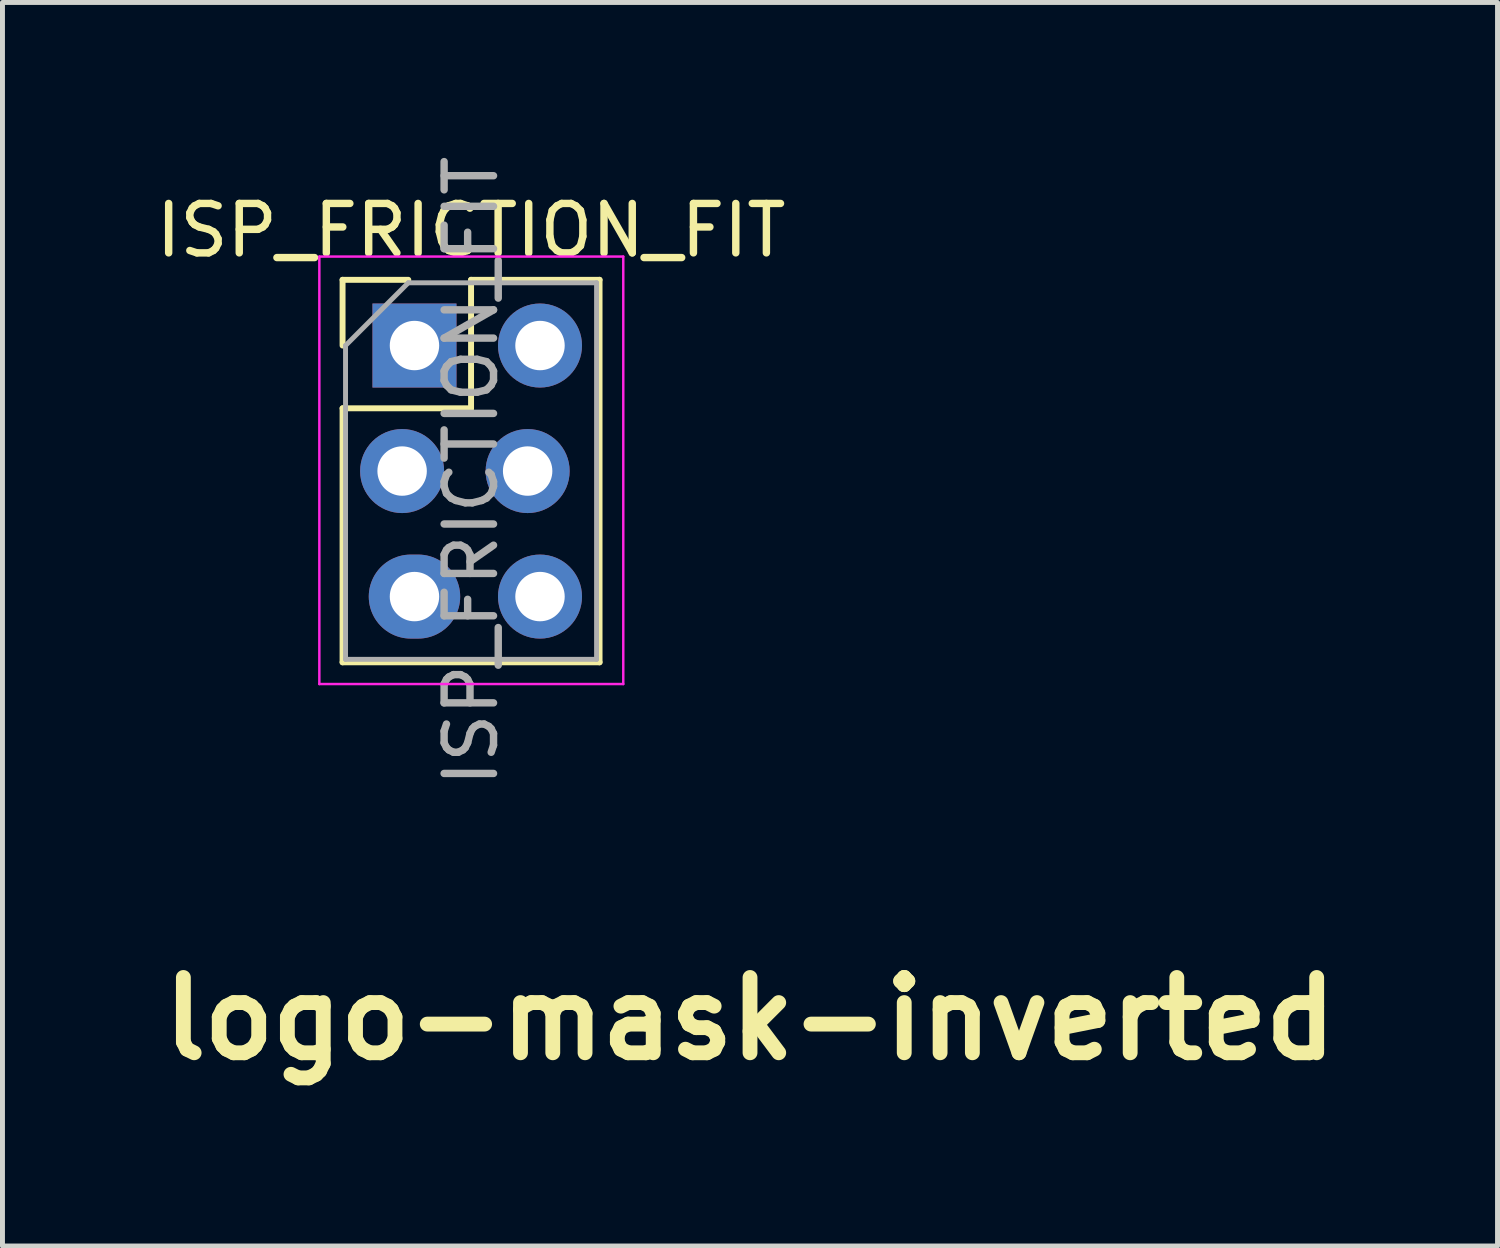
<source format=kicad_pcb>
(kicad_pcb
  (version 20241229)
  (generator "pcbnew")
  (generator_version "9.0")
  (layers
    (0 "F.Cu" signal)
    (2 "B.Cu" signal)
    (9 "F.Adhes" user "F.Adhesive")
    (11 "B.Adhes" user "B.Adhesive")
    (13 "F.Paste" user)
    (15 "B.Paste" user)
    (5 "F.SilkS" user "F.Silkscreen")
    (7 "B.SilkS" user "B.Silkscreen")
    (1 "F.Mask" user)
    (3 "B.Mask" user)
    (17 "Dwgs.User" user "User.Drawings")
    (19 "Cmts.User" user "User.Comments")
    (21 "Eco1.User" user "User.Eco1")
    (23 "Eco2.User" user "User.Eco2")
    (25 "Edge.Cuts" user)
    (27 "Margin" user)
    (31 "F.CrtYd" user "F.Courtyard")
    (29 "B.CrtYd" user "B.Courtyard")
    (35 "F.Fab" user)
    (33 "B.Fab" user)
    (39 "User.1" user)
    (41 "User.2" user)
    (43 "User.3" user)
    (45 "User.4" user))
  (footprint "ISP_FRICTION_FIT"
    (layer "F.Cu")
    (at 5.212 3.942)
    (property "Reference" "ISP_FRICTION_FIT" (at 1.27 -2.33 0) (layer "F.SilkS") (effects (font (size 1 1) (thickness 0.15))))
    (attr through_hole)
    (fp_line (start -1.33 -1.33) (end 0 -1.33) (stroke (width 0.12) (type solid)) (layer "F.SilkS"))
    (fp_line (start -1.33 0) (end -1.33 -1.33) (stroke (width 0.12) (type solid)) (layer "F.SilkS"))
    (fp_line (start -1.33 1.27) (end -1.33 6.41) (stroke (width 0.12) (type solid)) (layer "F.SilkS"))
    (fp_line (start -1.33 1.27) (end 1.27 1.27) (stroke (width 0.12) (type solid)) (layer "F.SilkS"))
    (fp_line (start -1.33 6.41) (end 3.87 6.41) (stroke (width 0.12) (type solid)) (layer "F.SilkS"))
    (fp_line (start 1.27 -1.33) (end 3.87 -1.33) (stroke (width 0.12) (type solid)) (layer "F.SilkS"))
    (fp_line (start 1.27 1.27) (end 1.27 -1.33) (stroke (width 0.12) (type solid)) (layer "F.SilkS"))
    (fp_line (start 3.87 -1.33) (end 3.87 6.41) (stroke (width 0.12) (type solid)) (layer "F.SilkS"))
    (fp_line (start -1.8 -1.8) (end -1.8 6.85) (stroke (width 0.05) (type solid)) (layer "F.CrtYd"))
    (fp_line (start -1.8 6.85) (end 4.35 6.85) (stroke (width 0.05) (type solid)) (layer "F.CrtYd"))
    (fp_line (start 4.35 -1.8) (end -1.8 -1.8) (stroke (width 0.05) (type solid)) (layer "F.CrtYd"))
    (fp_line (start 4.35 6.85) (end 4.35 -1.8) (stroke (width 0.05) (type solid)) (layer "F.CrtYd"))
    (fp_line (start -1.27 0) (end 0 -1.27) (stroke (width 0.1) (type solid)) (layer "F.Fab"))
    (fp_line (start -1.27 6.35) (end -1.27 0) (stroke (width 0.1) (type solid)) (layer "F.Fab"))
    (fp_line (start 0 -1.27) (end 3.81 -1.27) (stroke (width 0.1) (type solid)) (layer "F.Fab"))
    (fp_line (start 3.81 -1.27) (end 3.81 6.35) (stroke (width 0.1) (type solid)) (layer "F.Fab"))
    (fp_line (start 3.81 6.35) (end -1.27 6.35) (stroke (width 0.1) (type solid)) (layer "F.Fab"))
    (fp_text user "${REFERENCE}" (at 1.27 2.54 90) (layer "F.Fab") (effects (font (size 1 1) (thickness 0.15))))
    (pad "1" thru_hole rect (at 0.125 0) (size 1.7 1.7) (drill 1) (layers "*.Cu" "*.Mask"))
    (pad "2" thru_hole oval (at 2.665 0) (size 1.7 1.7) (drill 1) (layers "*.Cu" "*.Mask"))
    (pad "3" thru_hole oval (at -0.125 2.54) (size 1.7 1.7) (drill 1) (layers "*.Cu" "*.Mask"))
    (pad "4" thru_hole oval (at 2.415 2.54) (size 1.7 1.7) (drill 1) (layers "*.Cu" "*.Mask"))
    (pad "5" thru_hole oval (at 0.125 5.08) (size 1.85 1.7) (drill 1) (layers "*.Cu" "*.Mask"))
    (pad "6" thru_hole oval (at 2.665 5.08) (size 1.7 1.7) (drill 1) (layers "*.Cu" "*.Mask")))
  (footprint "logo-mask-inverted"
    (layer "F.Cu")
    (at 12.127 17.564)
    (property "Reference" "logo-mask-inverted" (at 0 0 0) (layer "F.SilkS") (effects (font (size 1.524 1.524) (thickness 0.3))))
    (attr board_only exclude_from_pos_files exclude_from_bom)
    (fp_poly (pts (xy -1.525 0.083) (xy -1.518 0.09) (xy -1.51 0.098) (xy -1.439 0.098) (xy -1.417 0.098) (xy -1.399 0.098) (xy -1.385 0.098) (xy -1.375 0.099) (xy -1.369 0.099) (xy -1.365 0.1) (xy -1.364 0.101) (xy -1.362 0.103) (xy -1.361 0.108) (xy -1.359 0.115) (xy -1.358 0.126) (xy -1.356 0.14) (xy -1.351 0.184) (xy -1.345 0.225) (xy -1.337 0.267) (xy -1.328 0.31) (xy -1.321 0.338) (xy -1.3 0.413) (xy -1.274 0.487) (xy -1.243 0.56) (xy -1.208 0.631) (xy -1.169 0.701) (xy -1.127 0.768) (xy -1.08 0.832) (xy -1.031 0.893) (xy -0.978 0.95) (xy -0.922 1.004) (xy -0.92 1.006) (xy -0.855 1.061) (xy -0.788 1.112) (xy -0.72 1.158) (xy -0.649 1.2) (xy -0.576 1.237) (xy -0.501 1.269) (xy -0.425 1.297) (xy -0.347 1.32) (xy -0.267 1.338) (xy -0.215 1.347) (xy -0.205 1.349) (xy -0.192 1.351) (xy -0.177 1.352) (xy -0.162 1.354) (xy -0.147 1.356) (xy -0.132 1.358) (xy -0.121 1.359) (xy -0.112 1.36) (xy -0.107 1.36) (xy -0.104 1.362) (xy -0.101 1.364) (xy -0.1 1.366) (xy -0.099 1.369) (xy -0.099 1.373) (xy -0.098 1.38) (xy -0.098 1.39) (xy -0.098 1.404) (xy -0.098 1.421) (xy -0.098 1.439) (xy -0.098 1.51) (xy -0.09 1.518) (xy -0.083 1.525) (xy 0.083 1.525) (xy 0.098 1.51) (xy 0.098 1.439) (xy 0.098 1.418) (xy 0.098 1.401) (xy 0.098 1.388) (xy 0.098 1.378) (xy 0.099 1.372) (xy 0.1 1.367) (xy 0.101 1.365) (xy 0.101 1.364) (xy 0.106 1.362) (xy 0.114 1.36) (xy 0.123 1.359) (xy 0.205 1.349) (xy 0.286 1.334) (xy 0.365 1.315) (xy 0.443 1.291) (xy 0.519 1.262) (xy 0.593 1.229) (xy 0.665 1.192) (xy 0.735 1.15) (xy 0.802 1.104) (xy 0.867 1.053) (xy 0.881 1.041) (xy 0.909 1.017) (xy 0.934 0.995) (xy 0.956 0.973) (xy 0.978 0.951) (xy 1 0.928) (xy 1.022 0.903) (xy 1.041 0.881) (xy 1.085 0.827) (xy 1.127 0.769) (xy 1.166 0.709) (xy 1.202 0.648) (xy 1.221 0.61) (xy 1.25 0.549) (xy 1.275 0.486) (xy 1.298 0.421) (xy 1.317 0.355) (xy 1.334 0.289) (xy 1.347 0.223) (xy 1.356 0.159) (xy 1.359 0.127) (xy 1.36 0.114) (xy 1.362 0.105) (xy 1.364 0.101) (xy 1.366 0.1) (xy 1.37 0.099) (xy 1.375 0.099) (xy 1.383 0.098) (xy 1.395 0.098) (xy 1.41 0.098) (xy 1.43 0.098) (xy 1.439 0.098) (xy 1.51 0.098) (xy 1.525 0.083) (xy 1.525 -0.083) (xy 1.518 -0.09) (xy 1.51 -0.098) (xy 1.439 -0.098) (xy 1.418 -0.098) (xy 1.401 -0.098) (xy 1.388 -0.098) (xy 1.378 -0.098) (xy 1.371 -0.099) (xy 1.367 -0.1) (xy 1.365 -0.101) (xy 1.364 -0.101) (xy 1.362 -0.106) (xy 1.36 -0.114) (xy 1.359 -0.127) (xy 1.352 -0.186) (xy 1.342 -0.249) (xy 1.329 -0.312) (xy 1.312 -0.376) (xy 1.293 -0.439) (xy 1.271 -0.5) (xy 1.269 -0.505) (xy 1.262 -0.522) (xy 1.253 -0.542) (xy 1.242 -0.565) (xy 1.231 -0.589) (xy 1.219 -0.613) (xy 1.207 -0.636) (xy 1.196 -0.658) (xy 1.185 -0.677) (xy 1.177 -0.691) (xy 1.132 -0.763) (xy 1.083 -0.831) (xy 1.03 -0.895) (xy 0.974 -0.955) (xy 0.915 -1.012) (xy 0.852 -1.066) (xy 0.786 -1.116) (xy 0.758 -1.135) (xy 0.691 -1.177) (xy 0.621 -1.215) (xy 0.549 -1.25) (xy 0.475 -1.28) (xy 0.399 -1.305) (xy 0.323 -1.326) (xy 0.245 -1.343) (xy 0.168 -1.355) (xy 0.125 -1.359) (xy 0.114 -1.36) (xy 0.105 -1.362) (xy 0.101 -1.364) (xy 0.1 -1.366) (xy 0.099 -1.37) (xy 0.099 -1.375) (xy 0.098 -1.384) (xy 0.098 -1.395) (xy 0.098 -1.411) (xy 0.098 -1.431) (xy 0.098 -1.439) (xy 0.098 -1.51) (xy 0.083 -1.525) (xy 0 -1.525) (xy -0.083 -1.525) (xy -0.09 -1.518) (xy -0.098 -1.51) (xy -0.098 -1.439) (xy -0.098 -1.418) (xy -0.098 -1.401) (xy -0.098 -1.388) (xy -0.098 -1.378) (xy -0.099 -1.372) (xy -0.1 -1.367) (xy -0.101 -1.365) (xy -0.101 -1.364) (xy -0.106 -1.362) (xy -0.114 -1.36) (xy -0.123 -1.359) (xy -0.204 -1.349) (xy -0.285 -1.334) (xy -0.365 -1.315) (xy -0.443 -1.291) (xy -0.502 -1.269) (xy -0.521 -1.261) (xy -0.543 -1.251) (xy -0.567 -1.24) (xy -0.593 -1.228) (xy -0.618 -1.215) (xy -0.643 -1.203) (xy -0.665 -1.191) (xy -0.685 -1.18) (xy -0.694 -1.175) (xy -0.747 -1.141) (xy -0.8 -1.104) (xy -0.851 -1.065) (xy -0.891 -1.032) (xy -0.908 -1.017) (xy -0.927 -1) (xy -0.947 -0.98) (xy -0.968 -0.959) (xy -0.988 -0.939) (xy -1.007 -0.919) (xy -1.024 -0.901) (xy -1.032 -0.891) (xy -1.084 -0.827) (xy -1.132 -0.759) (xy -1.176 -0.69) (xy -1.215 -0.618) (xy -1.25 -0.545) (xy -1.281 -0.469) (xy -1.306 -0.393) (xy -1.327 -0.314) (xy -1.343 -0.234) (xy -1.355 -0.154) (xy -1.356 -0.14) (xy -1.358 -0.125) (xy -1.359 -0.114) (xy -1.361 -0.107) (xy -1.362 -0.103) (xy -1.364 -0.101) (xy -1.367 -0.1) (xy -1.372 -0.099) (xy -1.381 -0.098) (xy -1.393 -0.098) (xy -1.409 -0.098) (xy -1.429 -0.098) (xy -1.439 -0.098) (xy -1.51 -0.098) (xy -1.518 -0.09) (xy -1.525 -0.083) (xy -1.525 0) (xy -0.415 0) (xy -0.415 -0.083) (xy -0.422 -0.09) (xy -0.43 -0.098) (xy -0.793 -0.098) (xy -0.841 -0.098) (xy -0.887 -0.098) (xy -0.929 -0.098) (xy -0.969 -0.098) (xy -1.006 -0.098) (xy -1.039 -0.098) (xy -1.068 -0.098) (xy -1.094 -0.098) (xy -1.116 -0.099) (xy -1.134 -0.099) (xy -1.147 -0.099) (xy -1.156 -0.1) (xy -1.16 -0.1) (xy -1.16 -0.1) (xy -1.161 -0.102) (xy -1.162 -0.105) (xy -1.162 -0.11) (xy -1.162 -0.118) (xy -1.16 -0.13) (xy -1.15 -0.205) (xy -1.134 -0.278) (xy -1.114 -0.351) (xy -1.089 -0.422) (xy -1.059 -0.491) (xy -1.025 -0.559) (xy -0.987 -0.624) (xy -0.945 -0.687) (xy -0.903 -0.741) (xy -0.89 -0.756) (xy -0.875 -0.774) (xy -0.857 -0.793) (xy -0.838 -0.813) (xy -0.818 -0.833) (xy -0.799 -0.851) (xy -0.782 -0.868) (xy -0.77 -0.879) (xy -0.712 -0.926) (xy -0.651 -0.97) (xy -0.587 -1.01) (xy -0.521 -1.046) (xy -0.453 -1.077) (xy -0.401 -1.097) (xy -0.353 -1.114) (xy -0.307 -1.127) (xy -0.262 -1.139) (xy -0.215 -1.148) (xy -0.165 -1.157) (xy -0.158 -1.157) (xy -0.139 -1.16) (xy -0.124 -1.162) (xy -0.113 -1.162) (xy -0.106 -1.162) (xy -0.101 -1.161) (xy -0.099 -1.159) (xy -0.099 -1.156) (xy -0.099 -1.148) (xy -0.099 -1.136) (xy -0.098 -1.12) (xy -0.098 -1.1) (xy -0.098 -1.076) (xy -0.098 -1.049) (xy -0.098 -1.019) (xy -0.098 -0.986) (xy -0.098 -0.951) (xy -0.098 -0.913) (xy -0.098 -0.874) (xy -0.098 -0.833) (xy -0.098 -0.792) (xy -0.098 -0.43) (xy -0.09 -0.422) (xy -0.083 -0.415) (xy 0.083 -0.415) (xy 0.098 -0.43) (xy 0.098 -0.793) (xy 0.098 -0.839) (xy 0.098 -0.882) (xy 0.098 -0.923) (xy 0.098 -0.962) (xy 0.098 -0.998) (xy 0.098 -1.031) (xy 0.098 -1.061) (xy 0.098 -1.087) (xy 0.099 -1.11) (xy 0.099 -1.129) (xy 0.099 -1.143) (xy 0.099 -1.153) (xy 0.1 -1.159) (xy 0.1 -1.16) (xy 0.102 -1.162) (xy 0.107 -1.163) (xy 0.114 -1.163) (xy 0.124 -1.162) (xy 0.138 -1.161) (xy 0.156 -1.158) (xy 0.177 -1.155) (xy 0.201 -1.151) (xy 0.272 -1.137) (xy 0.343 -1.118) (xy 0.412 -1.094) (xy 0.48 -1.066) (xy 0.547 -1.033) (xy 0.612 -0.996) (xy 0.674 -0.956) (xy 0.731 -0.913) (xy 0.788 -0.864) (xy 0.842 -0.812) (xy 0.892 -0.756) (xy 0.938 -0.697) (xy 0.981 -0.636) (xy 1.019 -0.572) (xy 1.054 -0.506) (xy 1.084 -0.438) (xy 1.11 -0.367) (xy 1.131 -0.296) (xy 1.148 -0.222) (xy 1.159 -0.154) (xy 1.16 -0.141) (xy 1.162 -0.129) (xy 1.163 -0.12) (xy 1.164 -0.115) (xy 1.164 -0.111) (xy 1.165 -0.108) (xy 1.164 -0.105) (xy 1.163 -0.103) (xy 1.16 -0.101) (xy 1.155 -0.1) (xy 1.148 -0.099) (xy 1.138 -0.098) (xy 1.125 -0.098) (xy 1.109 -0.098) (xy 1.089 -0.098) (xy 1.065 -0.097) (xy 1.036 -0.098) (xy 0.915 -0.098) (xy 0.907 -0.09) (xy 0.9 -0.083) (xy 0.9 0.083) (xy 0.907 0.09) (xy 0.915 0.098) (xy 1.036 0.098) (xy 1.065 0.097) (xy 1.089 0.098) (xy 1.109 0.098) (xy 1.125 0.098) (xy 1.138 0.098) (xy 1.148 0.099) (xy 1.155 0.1) (xy 1.16 0.101) (xy 1.163 0.103) (xy 1.164 0.105) (xy 1.165 0.108) (xy 1.164 0.111) (xy 1.164 0.114) (xy 1.164 0.115) (xy 1.163 0.121) (xy 1.162 0.13) (xy 1.16 0.142) (xy 1.159 0.154) (xy 1.146 0.228) (xy 1.129 0.301) (xy 1.108 0.373) (xy 1.081 0.444) (xy 1.05 0.513) (xy 1.015 0.58) (xy 0.975 0.644) (xy 0.932 0.706) (xy 0.913 0.73) (xy 0.901 0.745) (xy 0.886 0.762) (xy 0.868 0.781) (xy 0.848 0.802) (xy 0.828 0.822) (xy 0.807 0.843) (xy 0.787 0.863) (xy 0.767 0.881) (xy 0.75 0.897) (xy 0.735 0.909) (xy 0.733 0.911) (xy 0.671 0.957) (xy 0.606 0.999) (xy 0.54 1.036) (xy 0.471 1.069) (xy 0.401 1.097) (xy 0.329 1.121) (xy 0.255 1.14) (xy 0.19 1.152) (xy 0.164 1.157) (xy 0.143 1.16) (xy 0.126 1.161) (xy 0.114 1.162) (xy 0.105 1.162) (xy 0.101 1.161) (xy 0.1 1.16) (xy 0.099 1.157) (xy 0.099 1.149) (xy 0.099 1.137) (xy 0.098 1.122) (xy 0.098 1.104) (xy 0.098 1.083) (xy 0.098 1.061) (xy 0.098 1.037) (xy 0.098 1.035) (xy 0.098 0.915) (xy 0.09 0.907) (xy 0.083 0.9) (xy -0.083 0.9) (xy -0.09 0.907) (xy -0.098 0.915) (xy -0.098 1.035) (xy -0.098 1.059) (xy -0.098 1.081) (xy -0.098 1.102) (xy -0.098 1.12) (xy -0.098 1.136) (xy -0.098 1.147) (xy -0.099 1.155) (xy -0.099 1.159) (xy -0.099 1.159) (xy -0.101 1.161) (xy -0.106 1.162) (xy -0.113 1.162) (xy -0.124 1.162) (xy -0.139 1.16) (xy -0.159 1.157) (xy -0.166 1.156) (xy -0.242 1.142) (xy -0.317 1.124) (xy -0.39 1.101) (xy -0.46 1.073) (xy -0.529 1.041) (xy -0.595 1.005) (xy -0.659 0.964) (xy -0.72 0.919) (xy -0.774 0.875) (xy -0.829 0.823) (xy -0.88 0.768) (xy -0.928 0.709) (xy -0.971 0.648) (xy -1.011 0.585) (xy -1.046 0.518) (xy -1.077 0.45) (xy -1.104 0.38) (xy -1.126 0.308) (xy -1.144 0.234) (xy -1.155 0.172) (xy -1.158 0.151) (xy -1.16 0.134) (xy -1.161 0.121) (xy -1.162 0.111) (xy -1.162 0.105) (xy -1.161 0.101) (xy -1.16 0.1) (xy -1.157 0.1) (xy -1.149 0.099) (xy -1.137 0.099) (xy -1.121 0.099) (xy -1.101 0.099) (xy -1.077 0.098) (xy -1.049 0.098) (xy -1.019 0.098) (xy -0.985 0.098) (xy -0.949 0.098) (xy -0.91 0.098) (xy -0.87 0.098) (xy -0.827 0.098) (xy -0.793 0.098) (xy -0.43 0.098) (xy -0.415 0.083) (xy -0.285 0.083) (xy -0.278 0.09) (xy -0.27 0.098) (xy -0.188 0.098) (xy -0.165 0.098) (xy -0.147 0.098) (xy -0.132 0.098) (xy -0.121 0.098) (xy -0.113 0.099) (xy -0.108 0.099) (xy -0.104 0.1) (xy -0.102 0.101) (xy -0.101 0.101) (xy -0.1 0.103) (xy -0.099 0.106) (xy -0.099 0.11) (xy -0.098 0.117) (xy -0.098 0.126) (xy -0.098 0.139) (xy -0.098 0.155) (xy -0.098 0.176) (xy -0.098 0.188) (xy -0.098 0.27) (xy -0.09 0.278) (xy -0.083 0.285) (xy 0.083 0.285) (xy 0.098 0.27) (xy 0.098 0.188) (xy 0.098 0.165) (xy 0.098 0.147) (xy 0.098 0.132) (xy 0.098 0.121) (xy 0.099 0.113) (xy 0.099 0.108) (xy 0.1 0.104) (xy 0.101 0.102) (xy 0.101 0.101) (xy 0.103 0.1) (xy 0.106 0.099) (xy 0.11 0.099) (xy 0.117 0.098) (xy 0.126 0.098) (xy 0.139 0.098) (xy 0.155 0.098) (xy 0.175 0.098) (xy 0.189 0.098) (xy 0.273 0.098) (xy 0.287 0.083) (xy 0.287 -0.083) (xy 0.28 -0.09) (xy 0.273 -0.098) (xy 0.189 -0.098) (xy 0.166 -0.098) (xy 0.148 -0.098) (xy 0.133 -0.098) (xy 0.122 -0.098) (xy 0.114 -0.098) (xy 0.108 -0.099) (xy 0.104 -0.1) (xy 0.102 -0.101) (xy 0.101 -0.101) (xy 0.1 -0.103) (xy 0.099 -0.106) (xy 0.099 -0.11) (xy 0.098 -0.117) (xy 0.098 -0.126) (xy 0.098 -0.139) (xy 0.098 -0.155) (xy 0.098 -0.176) (xy 0.098 -0.188) (xy 0.098 -0.27) (xy 0.09 -0.278) (xy 0.083 -0.285) (xy -0.083 -0.285) (xy -0.09 -0.278) (xy -0.098 -0.27) (xy -0.098 -0.188) (xy -0.098 -0.165) (xy -0.098 -0.147) (xy -0.098 -0.132) (xy -0.098 -0.121) (xy -0.099 -0.113) (xy -0.099 -0.108) (xy -0.1 -0.104) (xy -0.101 -0.102) (xy -0.101 -0.101) (xy -0.103 -0.1) (xy -0.106 -0.099) (xy -0.11 -0.099) (xy -0.117 -0.098) (xy -0.126 -0.098) (xy -0.139 -0.098) (xy -0.155 -0.098) (xy -0.176 -0.098) (xy -0.188 -0.098) (xy -0.27 -0.098) (xy -0.278 -0.09) (xy -0.285 -0.083) (xy -0.285 0.083) (xy -0.415 0.083) (xy -0.415 0) (xy -1.525 0) (xy -1.525 0.083)) (stroke (width 0) (type solid)) (fill yes) (layer "F.Mask"))
    (zone (net_name "") (layers "F.Cu" "B.Cu") (hatch edge 0.5) (connect_pads) (min_thickness 0.25) (filled_areas_thickness no) (keepout (tracks not_allowed) (vias not_allowed) (pads not_allowed) (copperpour not_allowed) (footprints allowed)) (placement (enabled no)) (fill) (polygon (pts (xy 13.727 17.564) (xy 13.707 17.314) (xy 13.648 17.07) (xy 13.552 16.838) (xy 13.421 16.624) (xy 13.258 16.433) (xy 13.067 16.27) (xy 12.853 16.139) (xy 12.621 16.043) (xy 12.377 15.984) (xy 12.127 15.964) (xy 11.876 15.984) (xy 11.632 16.043) (xy 11.4 16.139) (xy 11.186 16.27) (xy 10.995 16.433) (xy 10.832 16.624) (xy 10.701 16.838) (xy 10.605 17.07) (xy 10.546 17.314) (xy 10.527 17.564) (xy 10.546 17.815) (xy 10.605 18.059) (xy 10.701 18.291) (xy 10.832 18.505) (xy 10.995 18.696) (xy 11.186 18.859) (xy 11.4 18.99) (xy 11.632 19.086) (xy 11.876 19.145) (xy 12.127 19.164) (xy 12.377 19.145) (xy 12.621 19.086) (xy 12.853 18.99) (xy 13.067 18.859) (xy 13.258 18.696) (xy 13.421 18.505) (xy 13.552 18.291) (xy 13.648 18.059) (xy 13.707 17.815)))))
  (gr_rect
    (start -3 -3)
    (end 27.253 22.164)
    (stroke (width 0.1) (type default))
    (fill no)
    (layer "Edge.Cuts")))
</source>
